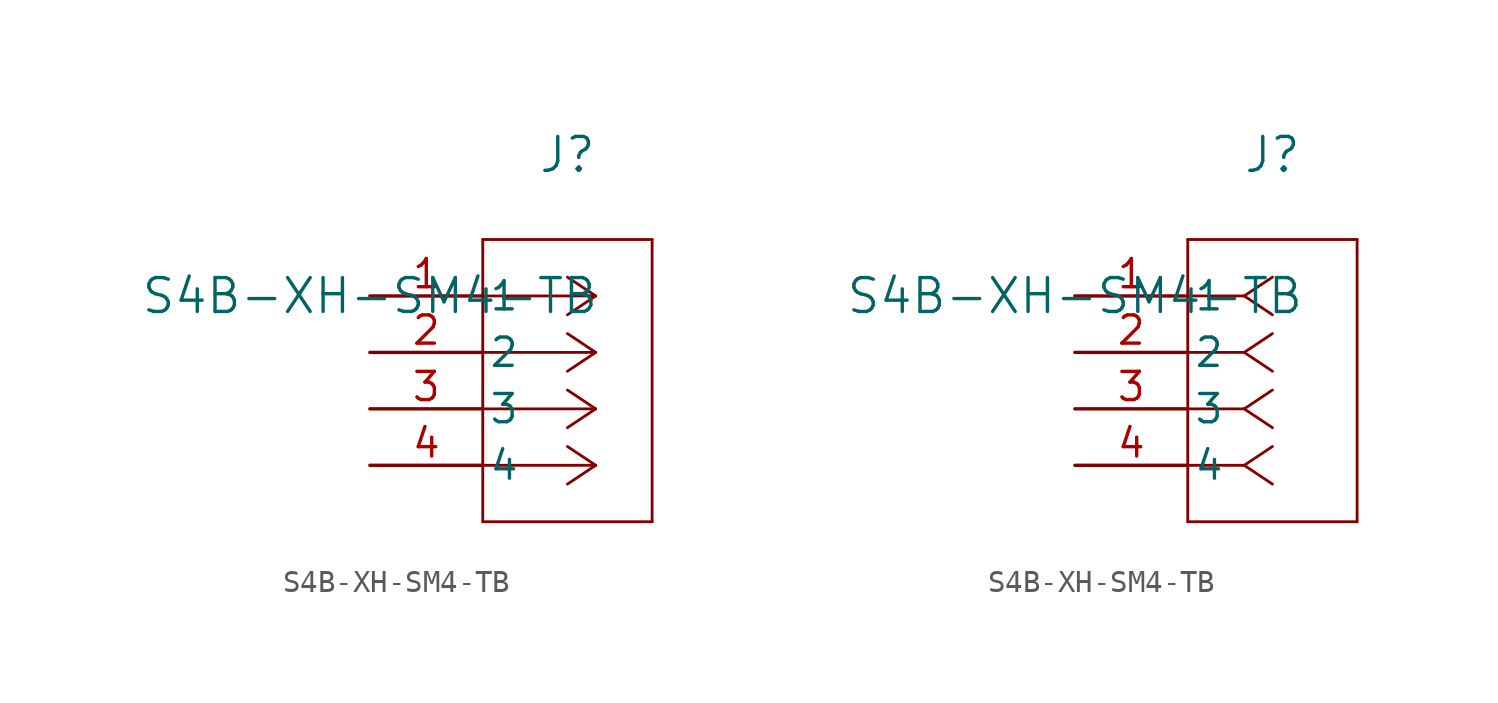
<source format=kicad_sym>
(kicad_symbol_lib
  (version 20231120)
  (generator "kicad_symbol_editor")
  (generator_version "8.0")
  (symbol "S4B-XH-SM4-TB"
    (pin_names
      (offset 0.254))
    (property "Reference" "J"
      (at 8.89 6.35 0)
      (effects (font (size 1.524 1.524))))
    (property "Value" "S4B-XH-SM4-TB"
      (at 0 0 0)
      (effects (font (size 1.524 1.524))))
    (symbol "S4B-XH-SM4-TB_1_1"
      (polyline (pts (xy 5.08 -10.16) (xy 12.7 -10.16)) (stroke (width 0.127) (type default)) (fill (type none)))
      (polyline (pts (xy 5.08 2.54) (xy 5.08 -10.16)) (stroke (width 0.127) (type default)) (fill (type none)))
      (polyline (pts (xy 10.16 -7.62) (xy 5.08 -7.62)) (stroke (width 0.127) (type default)) (fill (type none)))
      (polyline (pts (xy 10.16 -7.62) (xy 8.89 -8.467)) (stroke (width 0.127) (type default)) (fill (type none)))
      (polyline (pts (xy 10.16 -7.62) (xy 8.89 -6.773)) (stroke (width 0.127) (type default)) (fill (type none)))
      (polyline (pts (xy 10.16 -5.08) (xy 5.08 -5.08)) (stroke (width 0.127) (type default)) (fill (type none)))
      (polyline (pts (xy 10.16 -5.08) (xy 8.89 -5.927)) (stroke (width 0.127) (type default)) (fill (type none)))
      (polyline (pts (xy 10.16 -5.08) (xy 8.89 -4.233)) (stroke (width 0.127) (type default)) (fill (type none)))
      (polyline (pts (xy 10.16 -2.54) (xy 5.08 -2.54)) (stroke (width 0.127) (type default)) (fill (type none)))
      (polyline (pts (xy 10.16 -2.54) (xy 8.89 -3.387)) (stroke (width 0.127) (type default)) (fill (type none)))
      (polyline (pts (xy 10.16 -2.54) (xy 8.89 -1.693)) (stroke (width 0.127) (type default)) (fill (type none)))
      (polyline (pts (xy 10.16 0) (xy 5.08 0)) (stroke (width 0.127) (type default)) (fill (type none)))
      (polyline (pts (xy 10.16 0) (xy 8.89 -0.847)) (stroke (width 0.127) (type default)) (fill (type none)))
      (polyline (pts (xy 10.16 0) (xy 8.89 0.847)) (stroke (width 0.127) (type default)) (fill (type none)))
      (polyline (pts (xy 12.7 -10.16) (xy 12.7 2.54)) (stroke (width 0.127) (type default)) (fill (type none)))
      (polyline (pts (xy 12.7 2.54) (xy 5.08 2.54)) (stroke (width 0.127) (type default)) (fill (type none)))
      (pin unspecified line (at 0 0 0) (length 5.08) (name "1" (effects (font (size 1.27 1.27)))) (number "1" (effects (font (size 1.27 1.27)))))
      (pin unspecified line (at 0 -2.54 0) (length 5.08) (name "2" (effects (font (size 1.27 1.27)))) (number "2" (effects (font (size 1.27 1.27)))))
      (pin unspecified line (at 0 -5.08 0) (length 5.08) (name "3" (effects (font (size 1.27 1.27)))) (number "3" (effects (font (size 1.27 1.27)))))
      (pin unspecified line (at 0 -7.62 0) (length 5.08) (name "4" (effects (font (size 1.27 1.27)))) (number "4" (effects (font (size 1.27 1.27))))))
    (symbol "S4B-XH-SM4-TB_1_2"
      (polyline (pts (xy 5.08 -10.16) (xy 12.7 -10.16)) (stroke (width 0.127) (type default)) (fill (type none)))
      (polyline (pts (xy 5.08 2.54) (xy 5.08 -10.16)) (stroke (width 0.127) (type default)) (fill (type none)))
      (polyline (pts (xy 7.62 -7.62) (xy 5.08 -7.62)) (stroke (width 0.127) (type default)) (fill (type none)))
      (polyline (pts (xy 7.62 -7.62) (xy 8.89 -8.467)) (stroke (width 0.127) (type default)) (fill (type none)))
      (polyline (pts (xy 7.62 -7.62) (xy 8.89 -6.773)) (stroke (width 0.127) (type default)) (fill (type none)))
      (polyline (pts (xy 7.62 -5.08) (xy 5.08 -5.08)) (stroke (width 0.127) (type default)) (fill (type none)))
      (polyline (pts (xy 7.62 -5.08) (xy 8.89 -5.927)) (stroke (width 0.127) (type default)) (fill (type none)))
      (polyline (pts (xy 7.62 -5.08) (xy 8.89 -4.233)) (stroke (width 0.127) (type default)) (fill (type none)))
      (polyline (pts (xy 7.62 -2.54) (xy 5.08 -2.54)) (stroke (width 0.127) (type default)) (fill (type none)))
      (polyline (pts (xy 7.62 -2.54) (xy 8.89 -3.387)) (stroke (width 0.127) (type default)) (fill (type none)))
      (polyline (pts (xy 7.62 -2.54) (xy 8.89 -1.693)) (stroke (width 0.127) (type default)) (fill (type none)))
      (polyline (pts (xy 7.62 0) (xy 5.08 0)) (stroke (width 0.127) (type default)) (fill (type none)))
      (polyline (pts (xy 7.62 0) (xy 8.89 -0.847)) (stroke (width 0.127) (type default)) (fill (type none)))
      (polyline (pts (xy 7.62 0) (xy 8.89 0.847)) (stroke (width 0.127) (type default)) (fill (type none)))
      (polyline (pts (xy 12.7 -10.16) (xy 12.7 2.54)) (stroke (width 0.127) (type default)) (fill (type none)))
      (polyline (pts (xy 12.7 2.54) (xy 5.08 2.54)) (stroke (width 0.127) (type default)) (fill (type none)))
      (pin unspecified line (at 0 0 0) (length 5.08) (name "1" (effects (font (size 1.27 1.27)))) (number "1" (effects (font (size 1.27 1.27)))))
      (pin unspecified line (at 0 -2.54 0) (length 5.08) (name "2" (effects (font (size 1.27 1.27)))) (number "2" (effects (font (size 1.27 1.27)))))
      (pin unspecified line (at 0 -5.08 0) (length 5.08) (name "3" (effects (font (size 1.27 1.27)))) (number "3" (effects (font (size 1.27 1.27)))))
      (pin unspecified line (at 0 -7.62 0) (length 5.08) (name "4" (effects (font (size 1.27 1.27)))) (number "4" (effects (font (size 1.27 1.27))))))))
</source>
